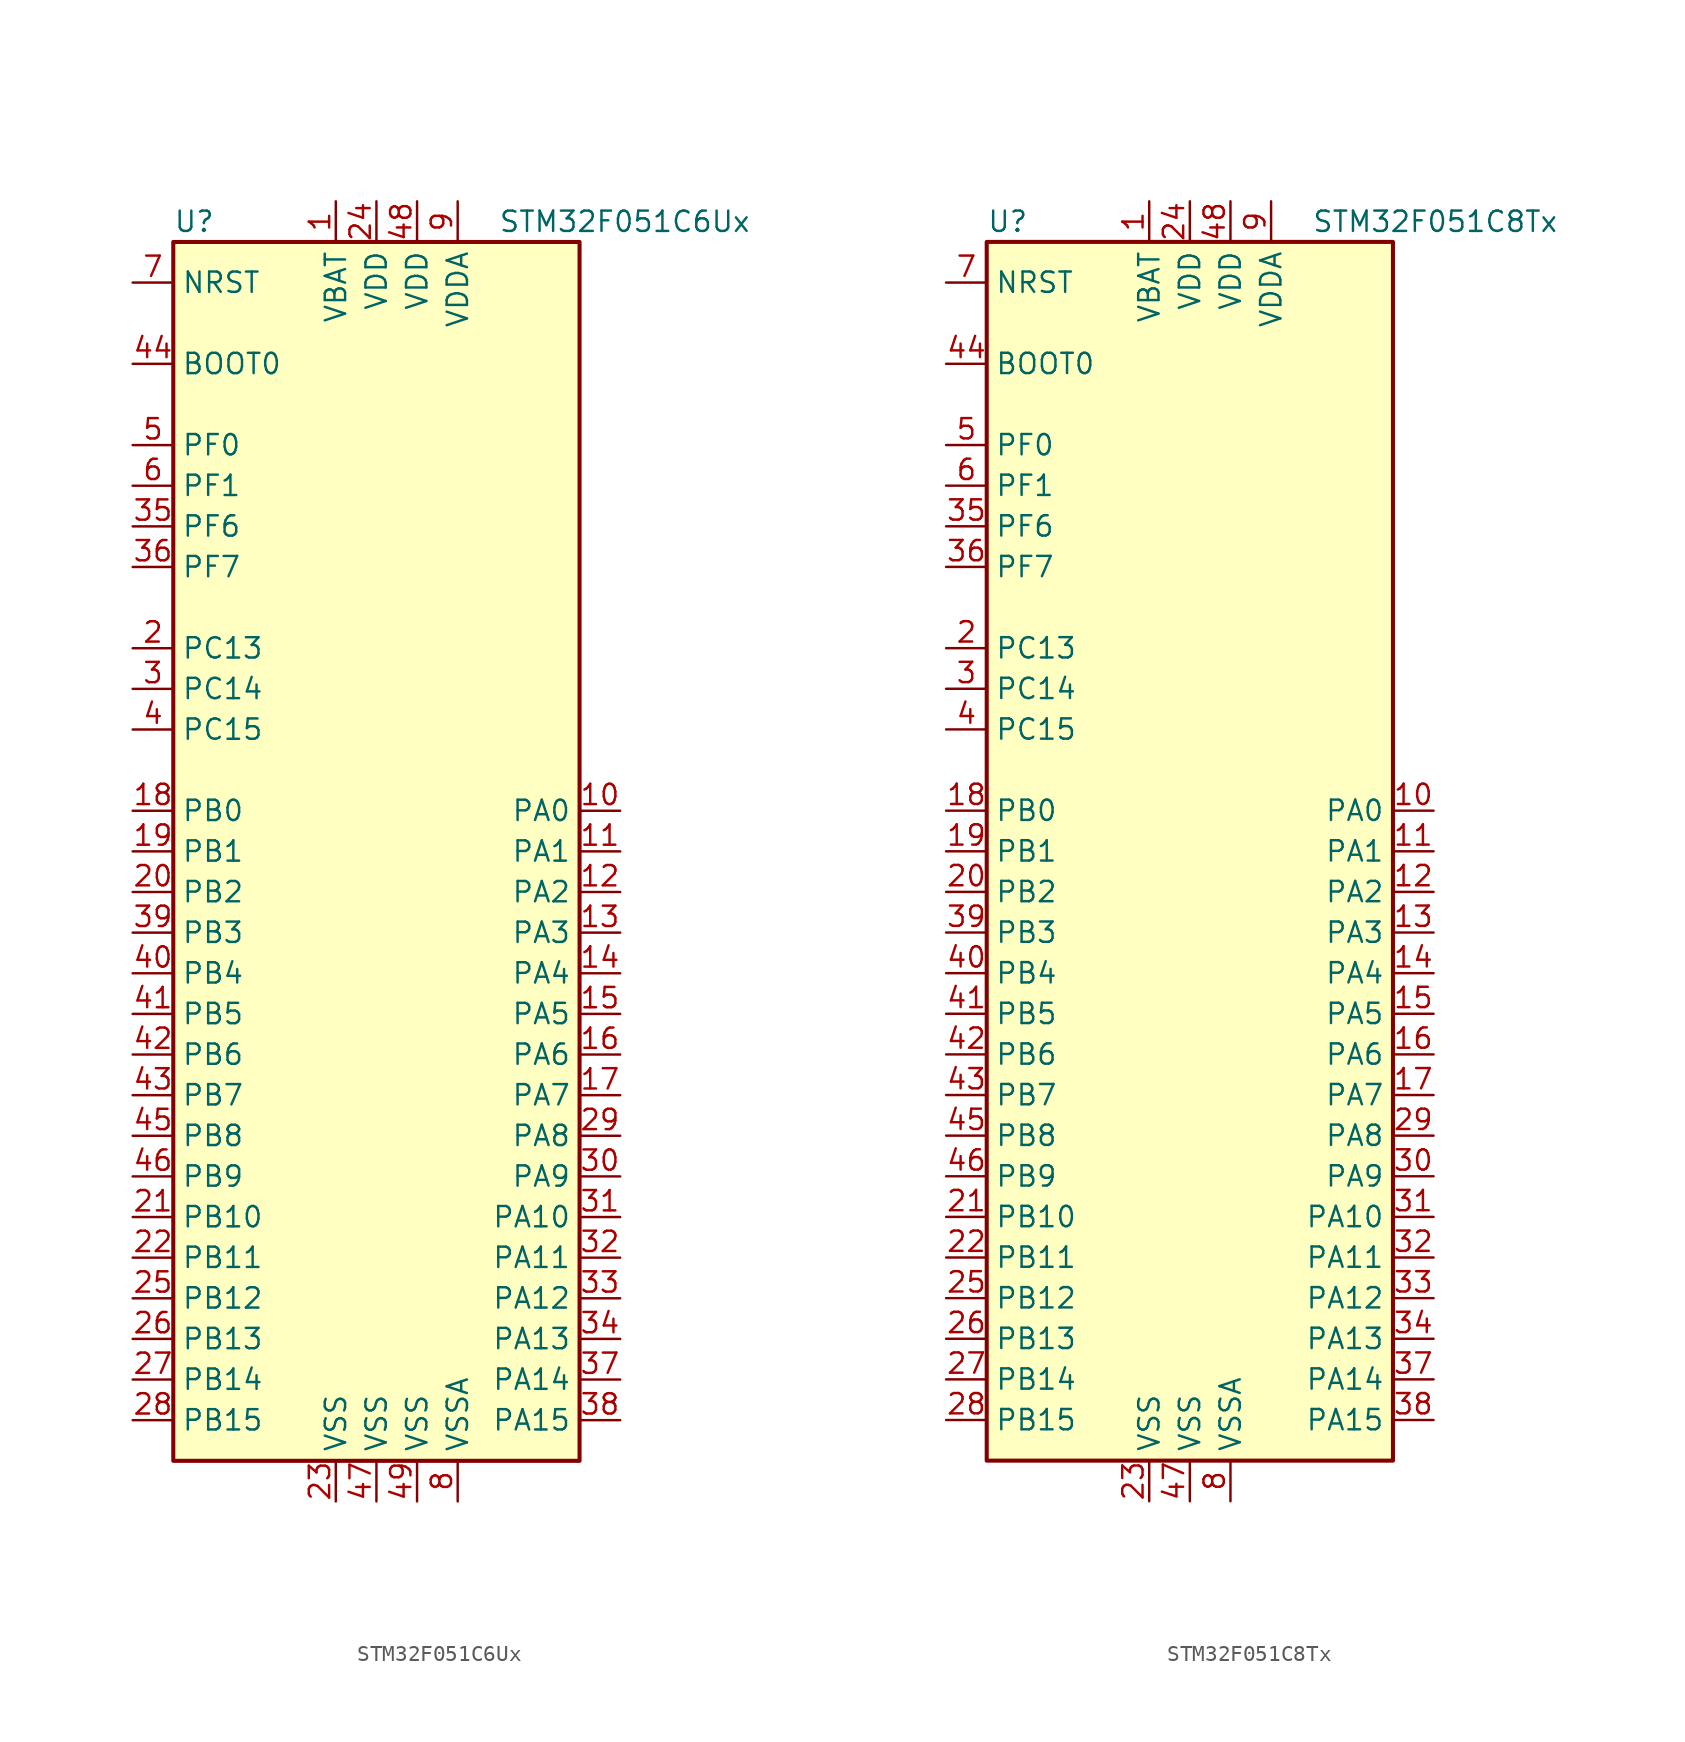
<source format=kicad_sym>
(kicad_symbol_lib
  (version 20201005)
  (generator kicad_symbol_editor)
  (symbol "STM32F051C6Ux"
    (property "Reference" "U"
      (at -12.7 39.37 0)
      (effects (font (size 1.27 1.27)) (justify left)))
    (property "Value" "STM32F051C6Ux"
      (at 7.62 39.37 0)
      (effects (font (size 1.27 1.27)) (justify left)))
    (symbol "STM32F051C6Ux_0_1"
      (rectangle (start -12.7 -38.1) (end 12.7 38.1) (stroke (width 0.254)) (fill (type background))))
    (symbol "STM32F051C6Ux_1_1"
      (pin power_in line (at -2.54 40.64 270) (length 2.54) (name "VBAT" (effects (font (size 1.27 1.27)))) (number "1" (effects (font (size 1.27 1.27)))))
      (pin bidirectional line (at 15.24 2.54 180) (length 2.54) (name "PA0" (effects (font (size 1.27 1.27)))) (number "10" (effects (font (size 1.27 1.27)))))
      (pin bidirectional line (at 15.24 0 180) (length 2.54) (name "PA1" (effects (font (size 1.27 1.27)))) (number "11" (effects (font (size 1.27 1.27)))))
      (pin bidirectional line (at 15.24 -2.54 180) (length 2.54) (name "PA2" (effects (font (size 1.27 1.27)))) (number "12" (effects (font (size 1.27 1.27)))))
      (pin bidirectional line (at 15.24 -5.08 180) (length 2.54) (name "PA3" (effects (font (size 1.27 1.27)))) (number "13" (effects (font (size 1.27 1.27)))))
      (pin bidirectional line (at 15.24 -7.62 180) (length 2.54) (name "PA4" (effects (font (size 1.27 1.27)))) (number "14" (effects (font (size 1.27 1.27)))))
      (pin bidirectional line (at 15.24 -10.16 180) (length 2.54) (name "PA5" (effects (font (size 1.27 1.27)))) (number "15" (effects (font (size 1.27 1.27)))))
      (pin bidirectional line (at 15.24 -12.7 180) (length 2.54) (name "PA6" (effects (font (size 1.27 1.27)))) (number "16" (effects (font (size 1.27 1.27)))))
      (pin bidirectional line (at 15.24 -15.24 180) (length 2.54) (name "PA7" (effects (font (size 1.27 1.27)))) (number "17" (effects (font (size 1.27 1.27)))))
      (pin bidirectional line (at -15.24 2.54 0) (length 2.54) (name "PB0" (effects (font (size 1.27 1.27)))) (number "18" (effects (font (size 1.27 1.27)))))
      (pin bidirectional line (at -15.24 0 0) (length 2.54) (name "PB1" (effects (font (size 1.27 1.27)))) (number "19" (effects (font (size 1.27 1.27)))))
      (pin bidirectional line (at -15.24 12.7 0) (length 2.54) (name "PC13" (effects (font (size 1.27 1.27)))) (number "2" (effects (font (size 1.27 1.27)))))
      (pin bidirectional line (at -15.24 -2.54 0) (length 2.54) (name "PB2" (effects (font (size 1.27 1.27)))) (number "20" (effects (font (size 1.27 1.27)))))
      (pin bidirectional line (at -15.24 -22.86 0) (length 2.54) (name "PB10" (effects (font (size 1.27 1.27)))) (number "21" (effects (font (size 1.27 1.27)))))
      (pin bidirectional line (at -15.24 -25.4 0) (length 2.54) (name "PB11" (effects (font (size 1.27 1.27)))) (number "22" (effects (font (size 1.27 1.27)))))
      (pin power_in line (at -2.54 -40.64 90) (length 2.54) (name "VSS" (effects (font (size 1.27 1.27)))) (number "23" (effects (font (size 1.27 1.27)))))
      (pin power_in line (at 0 40.64 270) (length 2.54) (name "VDD" (effects (font (size 1.27 1.27)))) (number "24" (effects (font (size 1.27 1.27)))))
      (pin bidirectional line (at -15.24 -27.94 0) (length 2.54) (name "PB12" (effects (font (size 1.27 1.27)))) (number "25" (effects (font (size 1.27 1.27)))))
      (pin bidirectional line (at -15.24 -30.48 0) (length 2.54) (name "PB13" (effects (font (size 1.27 1.27)))) (number "26" (effects (font (size 1.27 1.27)))))
      (pin bidirectional line (at -15.24 -33.02 0) (length 2.54) (name "PB14" (effects (font (size 1.27 1.27)))) (number "27" (effects (font (size 1.27 1.27)))))
      (pin bidirectional line (at -15.24 -35.56 0) (length 2.54) (name "PB15" (effects (font (size 1.27 1.27)))) (number "28" (effects (font (size 1.27 1.27)))))
      (pin bidirectional line (at 15.24 -17.78 180) (length 2.54) (name "PA8" (effects (font (size 1.27 1.27)))) (number "29" (effects (font (size 1.27 1.27)))))
      (pin bidirectional line (at -15.24 10.16 0) (length 2.54) (name "PC14" (effects (font (size 1.27 1.27)))) (number "3" (effects (font (size 1.27 1.27)))))
      (pin bidirectional line (at 15.24 -20.32 180) (length 2.54) (name "PA9" (effects (font (size 1.27 1.27)))) (number "30" (effects (font (size 1.27 1.27)))))
      (pin bidirectional line (at 15.24 -22.86 180) (length 2.54) (name "PA10" (effects (font (size 1.27 1.27)))) (number "31" (effects (font (size 1.27 1.27)))))
      (pin bidirectional line (at 15.24 -25.4 180) (length 2.54) (name "PA11" (effects (font (size 1.27 1.27)))) (number "32" (effects (font (size 1.27 1.27)))))
      (pin bidirectional line (at 15.24 -27.94 180) (length 2.54) (name "PA12" (effects (font (size 1.27 1.27)))) (number "33" (effects (font (size 1.27 1.27)))))
      (pin bidirectional line (at 15.24 -30.48 180) (length 2.54) (name "PA13" (effects (font (size 1.27 1.27)))) (number "34" (effects (font (size 1.27 1.27)))))
      (pin bidirectional line (at -15.24 20.32 0) (length 2.54) (name "PF6" (effects (font (size 1.27 1.27)))) (number "35" (effects (font (size 1.27 1.27)))))
      (pin bidirectional line (at -15.24 17.78 0) (length 2.54) (name "PF7" (effects (font (size 1.27 1.27)))) (number "36" (effects (font (size 1.27 1.27)))))
      (pin bidirectional line (at 15.24 -33.02 180) (length 2.54) (name "PA14" (effects (font (size 1.27 1.27)))) (number "37" (effects (font (size 1.27 1.27)))))
      (pin bidirectional line (at 15.24 -35.56 180) (length 2.54) (name "PA15" (effects (font (size 1.27 1.27)))) (number "38" (effects (font (size 1.27 1.27)))))
      (pin bidirectional line (at -15.24 -5.08 0) (length 2.54) (name "PB3" (effects (font (size 1.27 1.27)))) (number "39" (effects (font (size 1.27 1.27)))))
      (pin bidirectional line (at -15.24 7.62 0) (length 2.54) (name "PC15" (effects (font (size 1.27 1.27)))) (number "4" (effects (font (size 1.27 1.27)))))
      (pin bidirectional line (at -15.24 -7.62 0) (length 2.54) (name "PB4" (effects (font (size 1.27 1.27)))) (number "40" (effects (font (size 1.27 1.27)))))
      (pin bidirectional line (at -15.24 -10.16 0) (length 2.54) (name "PB5" (effects (font (size 1.27 1.27)))) (number "41" (effects (font (size 1.27 1.27)))))
      (pin bidirectional line (at -15.24 -12.7 0) (length 2.54) (name "PB6" (effects (font (size 1.27 1.27)))) (number "42" (effects (font (size 1.27 1.27)))))
      (pin bidirectional line (at -15.24 -15.24 0) (length 2.54) (name "PB7" (effects (font (size 1.27 1.27)))) (number "43" (effects (font (size 1.27 1.27)))))
      (pin input line (at -15.24 30.48 0) (length 2.54) (name "BOOT0" (effects (font (size 1.27 1.27)))) (number "44" (effects (font (size 1.27 1.27)))))
      (pin bidirectional line (at -15.24 -17.78 0) (length 2.54) (name "PB8" (effects (font (size 1.27 1.27)))) (number "45" (effects (font (size 1.27 1.27)))))
      (pin bidirectional line (at -15.24 -20.32 0) (length 2.54) (name "PB9" (effects (font (size 1.27 1.27)))) (number "46" (effects (font (size 1.27 1.27)))))
      (pin power_in line (at 0 -40.64 90) (length 2.54) (name "VSS" (effects (font (size 1.27 1.27)))) (number "47" (effects (font (size 1.27 1.27)))))
      (pin power_in line (at 2.54 40.64 270) (length 2.54) (name "VDD" (effects (font (size 1.27 1.27)))) (number "48" (effects (font (size 1.27 1.27)))))
      (pin power_in line (at 2.54 -40.64 90) (length 2.54) (name "VSS" (effects (font (size 1.27 1.27)))) (number "49" (effects (font (size 1.27 1.27)))))
      (pin input line (at -15.24 25.4 0) (length 2.54) (name "PF0" (effects (font (size 1.27 1.27)))) (number "5" (effects (font (size 1.27 1.27)))))
      (pin input line (at -15.24 22.86 0) (length 2.54) (name "PF1" (effects (font (size 1.27 1.27)))) (number "6" (effects (font (size 1.27 1.27)))))
      (pin input line (at -15.24 35.56 0) (length 2.54) (name "NRST" (effects (font (size 1.27 1.27)))) (number "7" (effects (font (size 1.27 1.27)))))
      (pin power_in line (at 5.08 -40.64 90) (length 2.54) (name "VSSA" (effects (font (size 1.27 1.27)))) (number "8" (effects (font (size 1.27 1.27)))))
      (pin power_in line (at 5.08 40.64 270) (length 2.54) (name "VDDA" (effects (font (size 1.27 1.27)))) (number "9" (effects (font (size 1.27 1.27)))))))
  (symbol "STM32F051C8Tx"
    (property "Reference" "U"
      (at -12.7 39.37 0)
      (effects (font (size 1.27 1.27)) (justify left)))
    (property "Value" "STM32F051C8Tx"
      (at 7.62 39.37 0)
      (effects (font (size 1.27 1.27)) (justify left)))
    (symbol "STM32F051C8Tx_0_1"
      (rectangle (start -12.7 -38.1) (end 12.7 38.1) (stroke (width 0.254)) (fill (type background))))
    (symbol "STM32F051C8Tx_1_1"
      (pin power_in line (at -2.54 40.64 270) (length 2.54) (name "VBAT" (effects (font (size 1.27 1.27)))) (number "1" (effects (font (size 1.27 1.27)))))
      (pin bidirectional line (at 15.24 2.54 180) (length 2.54) (name "PA0" (effects (font (size 1.27 1.27)))) (number "10" (effects (font (size 1.27 1.27)))))
      (pin bidirectional line (at 15.24 0 180) (length 2.54) (name "PA1" (effects (font (size 1.27 1.27)))) (number "11" (effects (font (size 1.27 1.27)))))
      (pin bidirectional line (at 15.24 -2.54 180) (length 2.54) (name "PA2" (effects (font (size 1.27 1.27)))) (number "12" (effects (font (size 1.27 1.27)))))
      (pin bidirectional line (at 15.24 -5.08 180) (length 2.54) (name "PA3" (effects (font (size 1.27 1.27)))) (number "13" (effects (font (size 1.27 1.27)))))
      (pin bidirectional line (at 15.24 -7.62 180) (length 2.54) (name "PA4" (effects (font (size 1.27 1.27)))) (number "14" (effects (font (size 1.27 1.27)))))
      (pin bidirectional line (at 15.24 -10.16 180) (length 2.54) (name "PA5" (effects (font (size 1.27 1.27)))) (number "15" (effects (font (size 1.27 1.27)))))
      (pin bidirectional line (at 15.24 -12.7 180) (length 2.54) (name "PA6" (effects (font (size 1.27 1.27)))) (number "16" (effects (font (size 1.27 1.27)))))
      (pin bidirectional line (at 15.24 -15.24 180) (length 2.54) (name "PA7" (effects (font (size 1.27 1.27)))) (number "17" (effects (font (size 1.27 1.27)))))
      (pin bidirectional line (at -15.24 2.54 0) (length 2.54) (name "PB0" (effects (font (size 1.27 1.27)))) (number "18" (effects (font (size 1.27 1.27)))))
      (pin bidirectional line (at -15.24 0 0) (length 2.54) (name "PB1" (effects (font (size 1.27 1.27)))) (number "19" (effects (font (size 1.27 1.27)))))
      (pin bidirectional line (at -15.24 12.7 0) (length 2.54) (name "PC13" (effects (font (size 1.27 1.27)))) (number "2" (effects (font (size 1.27 1.27)))))
      (pin bidirectional line (at -15.24 -2.54 0) (length 2.54) (name "PB2" (effects (font (size 1.27 1.27)))) (number "20" (effects (font (size 1.27 1.27)))))
      (pin bidirectional line (at -15.24 -22.86 0) (length 2.54) (name "PB10" (effects (font (size 1.27 1.27)))) (number "21" (effects (font (size 1.27 1.27)))))
      (pin bidirectional line (at -15.24 -25.4 0) (length 2.54) (name "PB11" (effects (font (size 1.27 1.27)))) (number "22" (effects (font (size 1.27 1.27)))))
      (pin power_in line (at -2.54 -40.64 90) (length 2.54) (name "VSS" (effects (font (size 1.27 1.27)))) (number "23" (effects (font (size 1.27 1.27)))))
      (pin power_in line (at 0 40.64 270) (length 2.54) (name "VDD" (effects (font (size 1.27 1.27)))) (number "24" (effects (font (size 1.27 1.27)))))
      (pin bidirectional line (at -15.24 -27.94 0) (length 2.54) (name "PB12" (effects (font (size 1.27 1.27)))) (number "25" (effects (font (size 1.27 1.27)))))
      (pin bidirectional line (at -15.24 -30.48 0) (length 2.54) (name "PB13" (effects (font (size 1.27 1.27)))) (number "26" (effects (font (size 1.27 1.27)))))
      (pin bidirectional line (at -15.24 -33.02 0) (length 2.54) (name "PB14" (effects (font (size 1.27 1.27)))) (number "27" (effects (font (size 1.27 1.27)))))
      (pin bidirectional line (at -15.24 -35.56 0) (length 2.54) (name "PB15" (effects (font (size 1.27 1.27)))) (number "28" (effects (font (size 1.27 1.27)))))
      (pin bidirectional line (at 15.24 -17.78 180) (length 2.54) (name "PA8" (effects (font (size 1.27 1.27)))) (number "29" (effects (font (size 1.27 1.27)))))
      (pin bidirectional line (at -15.24 10.16 0) (length 2.54) (name "PC14" (effects (font (size 1.27 1.27)))) (number "3" (effects (font (size 1.27 1.27)))))
      (pin bidirectional line (at 15.24 -20.32 180) (length 2.54) (name "PA9" (effects (font (size 1.27 1.27)))) (number "30" (effects (font (size 1.27 1.27)))))
      (pin bidirectional line (at 15.24 -22.86 180) (length 2.54) (name "PA10" (effects (font (size 1.27 1.27)))) (number "31" (effects (font (size 1.27 1.27)))))
      (pin bidirectional line (at 15.24 -25.4 180) (length 2.54) (name "PA11" (effects (font (size 1.27 1.27)))) (number "32" (effects (font (size 1.27 1.27)))))
      (pin bidirectional line (at 15.24 -27.94 180) (length 2.54) (name "PA12" (effects (font (size 1.27 1.27)))) (number "33" (effects (font (size 1.27 1.27)))))
      (pin bidirectional line (at 15.24 -30.48 180) (length 2.54) (name "PA13" (effects (font (size 1.27 1.27)))) (number "34" (effects (font (size 1.27 1.27)))))
      (pin bidirectional line (at -15.24 20.32 0) (length 2.54) (name "PF6" (effects (font (size 1.27 1.27)))) (number "35" (effects (font (size 1.27 1.27)))))
      (pin bidirectional line (at -15.24 17.78 0) (length 2.54) (name "PF7" (effects (font (size 1.27 1.27)))) (number "36" (effects (font (size 1.27 1.27)))))
      (pin bidirectional line (at 15.24 -33.02 180) (length 2.54) (name "PA14" (effects (font (size 1.27 1.27)))) (number "37" (effects (font (size 1.27 1.27)))))
      (pin bidirectional line (at 15.24 -35.56 180) (length 2.54) (name "PA15" (effects (font (size 1.27 1.27)))) (number "38" (effects (font (size 1.27 1.27)))))
      (pin bidirectional line (at -15.24 -5.08 0) (length 2.54) (name "PB3" (effects (font (size 1.27 1.27)))) (number "39" (effects (font (size 1.27 1.27)))))
      (pin bidirectional line (at -15.24 7.62 0) (length 2.54) (name "PC15" (effects (font (size 1.27 1.27)))) (number "4" (effects (font (size 1.27 1.27)))))
      (pin bidirectional line (at -15.24 -7.62 0) (length 2.54) (name "PB4" (effects (font (size 1.27 1.27)))) (number "40" (effects (font (size 1.27 1.27)))))
      (pin bidirectional line (at -15.24 -10.16 0) (length 2.54) (name "PB5" (effects (font (size 1.27 1.27)))) (number "41" (effects (font (size 1.27 1.27)))))
      (pin bidirectional line (at -15.24 -12.7 0) (length 2.54) (name "PB6" (effects (font (size 1.27 1.27)))) (number "42" (effects (font (size 1.27 1.27)))))
      (pin bidirectional line (at -15.24 -15.24 0) (length 2.54) (name "PB7" (effects (font (size 1.27 1.27)))) (number "43" (effects (font (size 1.27 1.27)))))
      (pin input line (at -15.24 30.48 0) (length 2.54) (name "BOOT0" (effects (font (size 1.27 1.27)))) (number "44" (effects (font (size 1.27 1.27)))))
      (pin bidirectional line (at -15.24 -17.78 0) (length 2.54) (name "PB8" (effects (font (size 1.27 1.27)))) (number "45" (effects (font (size 1.27 1.27)))))
      (pin bidirectional line (at -15.24 -20.32 0) (length 2.54) (name "PB9" (effects (font (size 1.27 1.27)))) (number "46" (effects (font (size 1.27 1.27)))))
      (pin power_in line (at 0 -40.64 90) (length 2.54) (name "VSS" (effects (font (size 1.27 1.27)))) (number "47" (effects (font (size 1.27 1.27)))))
      (pin power_in line (at 2.54 40.64 270) (length 2.54) (name "VDD" (effects (font (size 1.27 1.27)))) (number "48" (effects (font (size 1.27 1.27)))))
      (pin input line (at -15.24 25.4 0) (length 2.54) (name "PF0" (effects (font (size 1.27 1.27)))) (number "5" (effects (font (size 1.27 1.27)))))
      (pin input line (at -15.24 22.86 0) (length 2.54) (name "PF1" (effects (font (size 1.27 1.27)))) (number "6" (effects (font (size 1.27 1.27)))))
      (pin input line (at -15.24 35.56 0) (length 2.54) (name "NRST" (effects (font (size 1.27 1.27)))) (number "7" (effects (font (size 1.27 1.27)))))
      (pin power_in line (at 2.54 -40.64 90) (length 2.54) (name "VSSA" (effects (font (size 1.27 1.27)))) (number "8" (effects (font (size 1.27 1.27)))))
      (pin power_in line (at 5.08 40.64 270) (length 2.54) (name "VDDA" (effects (font (size 1.27 1.27)))) (number "9" (effects (font (size 1.27 1.27))))))))
</source>
